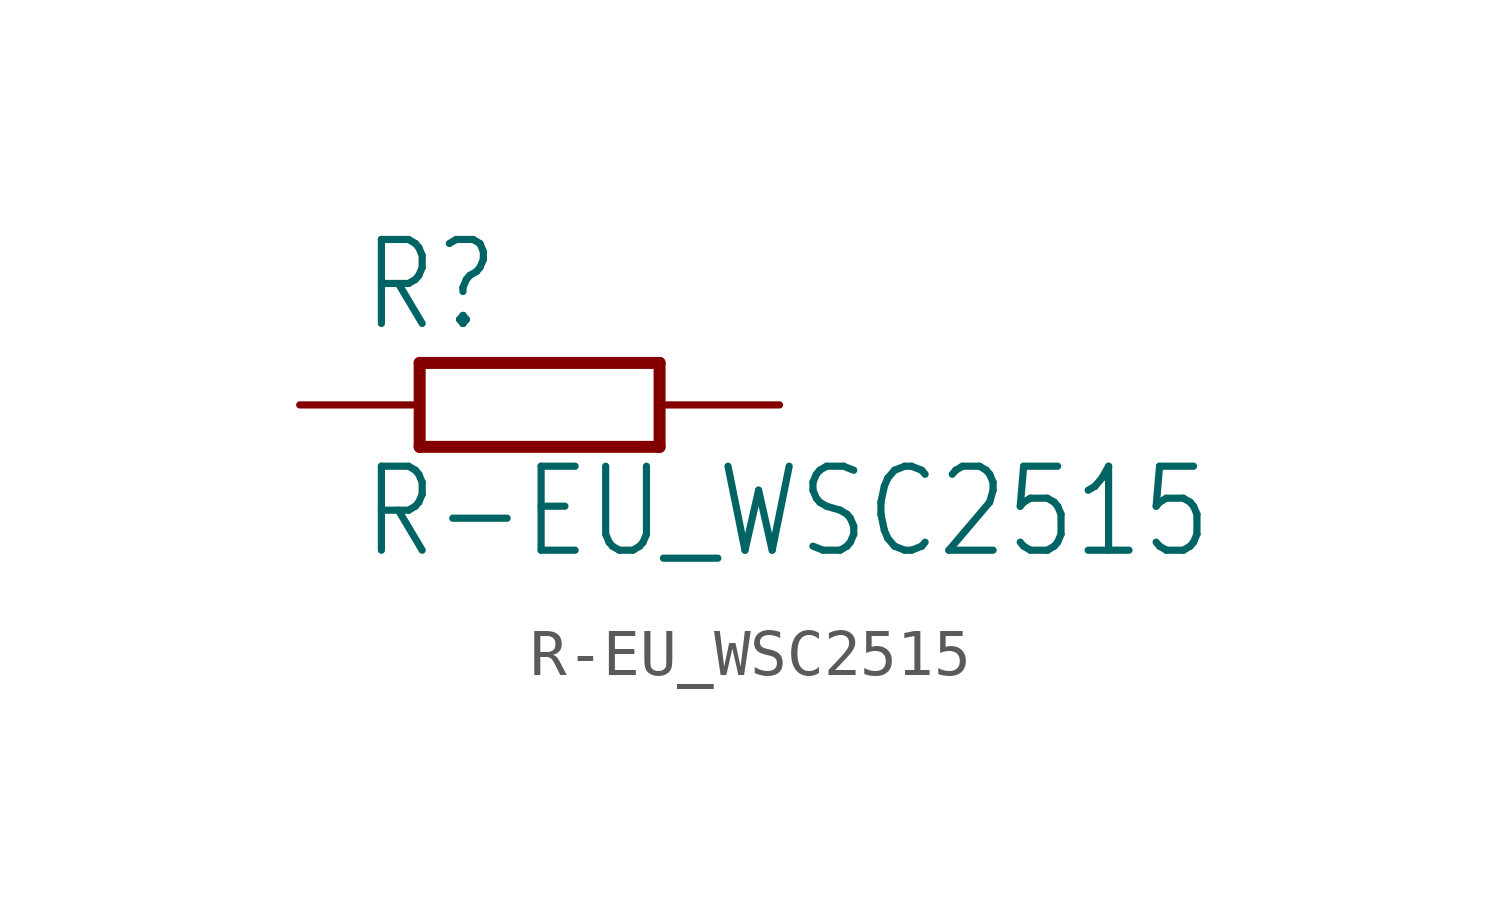
<source format=kicad_sym>
(kicad_symbol_lib
  (version 20211014)
  (generator kicad_symbol_editor)
  (symbol "R-EU_WSC2515"
    (property "Reference" "R"
      (at -3.81 1.499 0)
      (effects (font (size 1.778 1.511)) (justify left bottom)))
    (property "Value" "R-EU_WSC2515"
      (at -3.81 -3.302 0)
      (effects (font (size 1.778 1.511)) (justify left bottom)))
    (property "ki_locked" ""
      (at 0 0 0)
      (effects (font (size 1.27 1.27))))
    (symbol "R-EU_WSC2515_1_0"
      (polyline (pts (xy -2.54 -0.889) (xy -2.54 0.889)) (stroke (width 0.254) (type default) (color 0 0 0 0)) (fill (type none)))
      (polyline (pts (xy -2.54 -0.889) (xy 2.54 -0.889)) (stroke (width 0.254) (type default) (color 0 0 0 0)) (fill (type none)))
      (polyline (pts (xy 2.54 -0.889) (xy 2.54 0.889)) (stroke (width 0.254) (type default) (color 0 0 0 0)) (fill (type none)))
      (polyline (pts (xy 2.54 0.889) (xy -2.54 0.889)) (stroke (width 0.254) (type default) (color 0 0 0 0)) (fill (type none)))
      (pin passive line (at -5.08 0 0) (length 2.54) (name "1" (effects (font (size 0 0)))) (number "1" (effects (font (size 0 0)))))
      (pin passive line (at 5.08 0 180) (length 2.54) (name "2" (effects (font (size 0 0)))) (number "2" (effects (font (size 0 0))))))))
</source>
